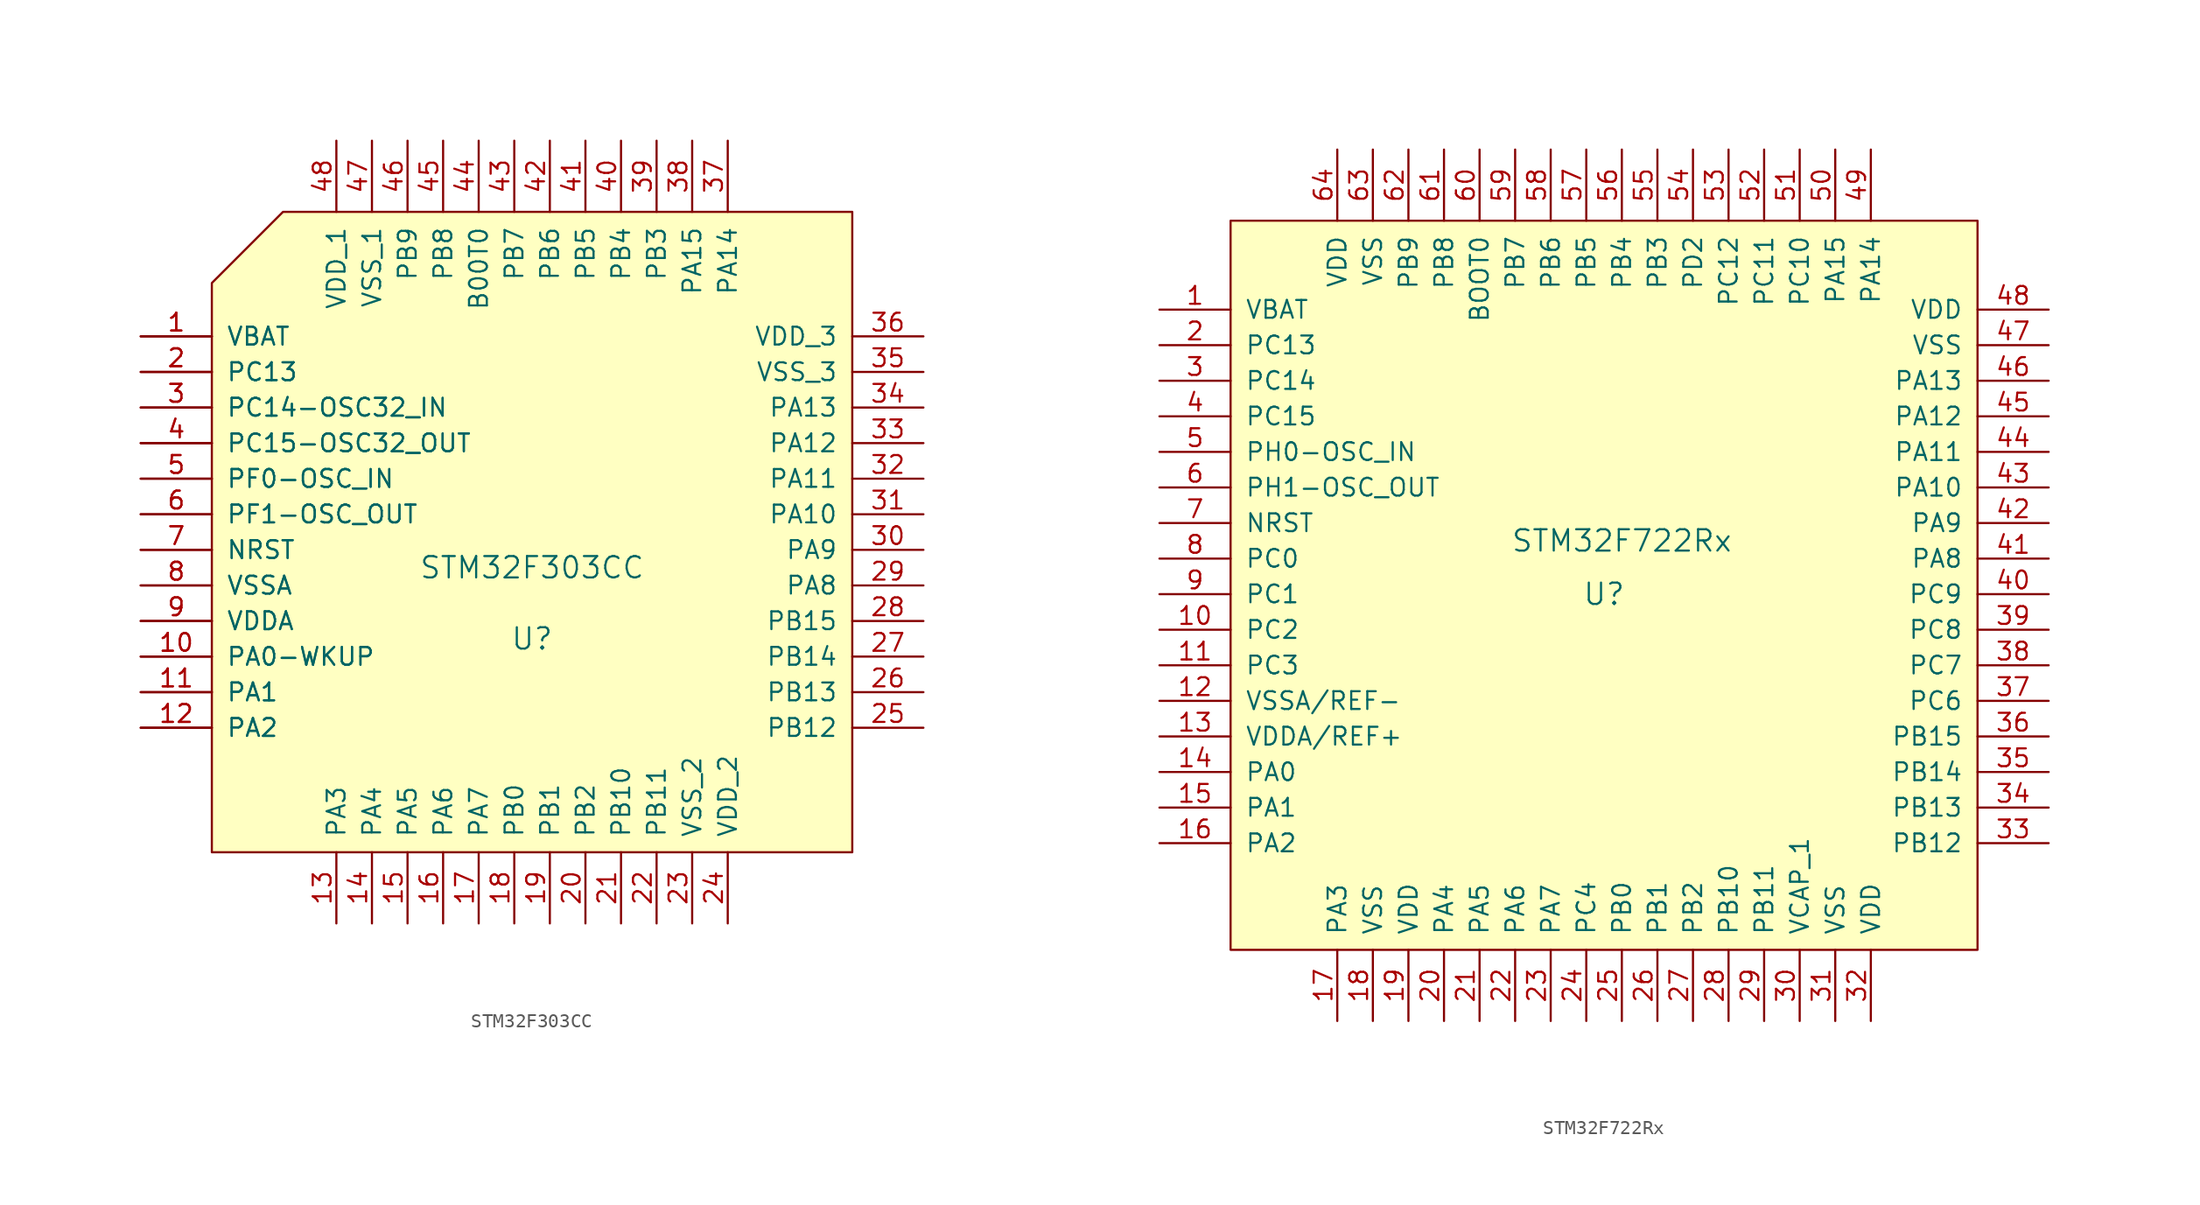
<source format=kicad_sym>
(kicad_symbol_lib
  (version 20211014)
  (generator kicad_symbol_editor)
  (symbol "STM32F303CC"
    (pin_names
      (offset 1.016))
    (property "Reference" "U"
      (at 0 -7.62 0)
      (effects (font (size 1.524 1.524))))
    (property "Value" "STM32F303CC"
      (at 0 -2.54 0)
      (effects (font (size 1.524 1.524))))
    (property "Footprint" ""
      (at 0 0 0)
      (effects (font (size 1.524 1.524))))
    (property "Datasheet" ""
      (at 0 0 0)
      (effects (font (size 1.524 1.524))))
    (symbol "STM32F303CC_0_1"
      (polyline (pts (xy -22.86 17.78) (xy -22.86 -22.86) (xy 22.86 -22.86) (xy 22.86 22.86) (xy -17.78 22.86) (xy -20.32 20.32) (xy -22.86 17.78)) (stroke (width 0) (type default) (color 0 0 0 0)) (fill (type background))))
    (symbol "STM32F303CC_1_1"
      (pin input line (at -27.94 13.97 0) (length 5.08) (name "VBAT" (effects (font (size 1.27 1.27)))) (number "1" (effects (font (size 1.27 1.27)))))
      (pin input line (at -27.94 13.97 0) (length 5.08) (name "VBAT" (effects (font (size 1.27 1.27)))) (number "1" (effects (font (size 1.27 1.27)))))
      (pin input line (at -27.94 -8.89 0) (length 5.08) (name "PA0-WKUP" (effects (font (size 1.27 1.27)))) (number "10" (effects (font (size 1.27 1.27)))))
      (pin input line (at -27.94 -8.89 0) (length 5.08) (name "PA0-WKUP" (effects (font (size 1.27 1.27)))) (number "10" (effects (font (size 1.27 1.27)))))
      (pin input line (at -27.94 -11.43 0) (length 5.08) (name "PA1" (effects (font (size 1.27 1.27)))) (number "11" (effects (font (size 1.27 1.27)))))
      (pin input line (at -27.94 -11.43 0) (length 5.08) (name "PA1" (effects (font (size 1.27 1.27)))) (number "11" (effects (font (size 1.27 1.27)))))
      (pin input line (at -27.94 -13.97 0) (length 5.08) (name "PA2" (effects (font (size 1.27 1.27)))) (number "12" (effects (font (size 1.27 1.27)))))
      (pin input line (at -27.94 -13.97 0) (length 5.08) (name "PA2" (effects (font (size 1.27 1.27)))) (number "12" (effects (font (size 1.27 1.27)))))
      (pin input line (at -13.97 -27.94 90) (length 5.08) (name "PA3" (effects (font (size 1.27 1.27)))) (number "13" (effects (font (size 1.27 1.27)))))
      (pin input line (at -11.43 -27.94 90) (length 5.08) (name "PA4" (effects (font (size 1.27 1.27)))) (number "14" (effects (font (size 1.27 1.27)))))
      (pin input line (at -8.89 -27.94 90) (length 5.08) (name "PA5" (effects (font (size 1.27 1.27)))) (number "15" (effects (font (size 1.27 1.27)))))
      (pin input line (at -6.35 -27.94 90) (length 5.08) (name "PA6" (effects (font (size 1.27 1.27)))) (number "16" (effects (font (size 1.27 1.27)))))
      (pin input line (at -3.81 -27.94 90) (length 5.08) (name "PA7" (effects (font (size 1.27 1.27)))) (number "17" (effects (font (size 1.27 1.27)))))
      (pin input line (at -1.27 -27.94 90) (length 5.08) (name "PB0" (effects (font (size 1.27 1.27)))) (number "18" (effects (font (size 1.27 1.27)))))
      (pin input line (at 1.27 -27.94 90) (length 5.08) (name "PB1" (effects (font (size 1.27 1.27)))) (number "19" (effects (font (size 1.27 1.27)))))
      (pin input line (at -27.94 11.43 0) (length 5.08) (name "PC13" (effects (font (size 1.27 1.27)))) (number "2" (effects (font (size 1.27 1.27)))))
      (pin input line (at -27.94 11.43 0) (length 5.08) (name "PC13" (effects (font (size 1.27 1.27)))) (number "2" (effects (font (size 1.27 1.27)))))
      (pin input line (at 3.81 -27.94 90) (length 5.08) (name "PB2" (effects (font (size 1.27 1.27)))) (number "20" (effects (font (size 1.27 1.27)))))
      (pin input line (at 6.35 -27.94 90) (length 5.08) (name "PB10" (effects (font (size 1.27 1.27)))) (number "21" (effects (font (size 1.27 1.27)))))
      (pin input line (at 8.89 -27.94 90) (length 5.08) (name "PB11" (effects (font (size 1.27 1.27)))) (number "22" (effects (font (size 1.27 1.27)))))
      (pin input line (at 11.43 -27.94 90) (length 5.08) (name "VSS_2" (effects (font (size 1.27 1.27)))) (number "23" (effects (font (size 1.27 1.27)))))
      (pin input line (at 13.97 -27.94 90) (length 5.08) (name "VDD_2" (effects (font (size 1.27 1.27)))) (number "24" (effects (font (size 1.27 1.27)))))
      (pin input line (at 27.94 -13.97 180) (length 5.08) (name "PB12" (effects (font (size 1.27 1.27)))) (number "25" (effects (font (size 1.27 1.27)))))
      (pin input line (at 27.94 -11.43 180) (length 5.08) (name "PB13" (effects (font (size 1.27 1.27)))) (number "26" (effects (font (size 1.27 1.27)))))
      (pin input line (at 27.94 -8.89 180) (length 5.08) (name "PB14" (effects (font (size 1.27 1.27)))) (number "27" (effects (font (size 1.27 1.27)))))
      (pin input line (at 27.94 -6.35 180) (length 5.08) (name "PB15" (effects (font (size 1.27 1.27)))) (number "28" (effects (font (size 1.27 1.27)))))
      (pin input line (at 27.94 -3.81 180) (length 5.08) (name "PA8" (effects (font (size 1.27 1.27)))) (number "29" (effects (font (size 1.27 1.27)))))
      (pin input line (at -27.94 8.89 0) (length 5.08) (name "PC14-OSC32_IN" (effects (font (size 1.27 1.27)))) (number "3" (effects (font (size 1.27 1.27)))))
      (pin input line (at -27.94 8.89 0) (length 5.08) (name "PC14-OSC32_IN" (effects (font (size 1.27 1.27)))) (number "3" (effects (font (size 1.27 1.27)))))
      (pin input line (at 27.94 -1.27 180) (length 5.08) (name "PA9" (effects (font (size 1.27 1.27)))) (number "30" (effects (font (size 1.27 1.27)))))
      (pin input line (at 27.94 1.27 180) (length 5.08) (name "PA10" (effects (font (size 1.27 1.27)))) (number "31" (effects (font (size 1.27 1.27)))))
      (pin input line (at 27.94 3.81 180) (length 5.08) (name "PA11" (effects (font (size 1.27 1.27)))) (number "32" (effects (font (size 1.27 1.27)))))
      (pin input line (at 27.94 6.35 180) (length 5.08) (name "PA12" (effects (font (size 1.27 1.27)))) (number "33" (effects (font (size 1.27 1.27)))))
      (pin input line (at 27.94 8.89 180) (length 5.08) (name "PA13" (effects (font (size 1.27 1.27)))) (number "34" (effects (font (size 1.27 1.27)))))
      (pin input line (at 27.94 11.43 180) (length 5.08) (name "VSS_3" (effects (font (size 1.27 1.27)))) (number "35" (effects (font (size 1.27 1.27)))))
      (pin input line (at 27.94 13.97 180) (length 5.08) (name "VDD_3" (effects (font (size 1.27 1.27)))) (number "36" (effects (font (size 1.27 1.27)))))
      (pin input line (at 13.97 27.94 270) (length 5.08) (name "PA14" (effects (font (size 1.27 1.27)))) (number "37" (effects (font (size 1.27 1.27)))))
      (pin input line (at 11.43 27.94 270) (length 5.08) (name "PA15" (effects (font (size 1.27 1.27)))) (number "38" (effects (font (size 1.27 1.27)))))
      (pin input line (at 8.89 27.94 270) (length 5.08) (name "PB3" (effects (font (size 1.27 1.27)))) (number "39" (effects (font (size 1.27 1.27)))))
      (pin input line (at -27.94 6.35 0) (length 5.08) (name "PC15-OSC32_OUT" (effects (font (size 1.27 1.27)))) (number "4" (effects (font (size 1.27 1.27)))))
      (pin input line (at -27.94 6.35 0) (length 5.08) (name "PC15-OSC32_OUT" (effects (font (size 1.27 1.27)))) (number "4" (effects (font (size 1.27 1.27)))))
      (pin input line (at 6.35 27.94 270) (length 5.08) (name "PB4" (effects (font (size 1.27 1.27)))) (number "40" (effects (font (size 1.27 1.27)))))
      (pin input line (at 3.81 27.94 270) (length 5.08) (name "PB5" (effects (font (size 1.27 1.27)))) (number "41" (effects (font (size 1.27 1.27)))))
      (pin input line (at 1.27 27.94 270) (length 5.08) (name "PB6" (effects (font (size 1.27 1.27)))) (number "42" (effects (font (size 1.27 1.27)))))
      (pin input line (at -1.27 27.94 270) (length 5.08) (name "PB7" (effects (font (size 1.27 1.27)))) (number "43" (effects (font (size 1.27 1.27)))))
      (pin input line (at -3.81 27.94 270) (length 5.08) (name "B00T0" (effects (font (size 1.27 1.27)))) (number "44" (effects (font (size 1.27 1.27)))))
      (pin input line (at -6.35 27.94 270) (length 5.08) (name "PB8" (effects (font (size 1.27 1.27)))) (number "45" (effects (font (size 1.27 1.27)))))
      (pin input line (at -8.89 27.94 270) (length 5.08) (name "PB9" (effects (font (size 1.27 1.27)))) (number "46" (effects (font (size 1.27 1.27)))))
      (pin input line (at -11.43 27.94 270) (length 5.08) (name "VSS_1" (effects (font (size 1.27 1.27)))) (number "47" (effects (font (size 1.27 1.27)))))
      (pin input line (at -13.97 27.94 270) (length 5.08) (name "VDD_1" (effects (font (size 1.27 1.27)))) (number "48" (effects (font (size 1.27 1.27)))))
      (pin input line (at -27.94 3.81 0) (length 5.08) (name "PF0-OSC_IN" (effects (font (size 1.27 1.27)))) (number "5" (effects (font (size 1.27 1.27)))))
      (pin input line (at -27.94 3.81 0) (length 5.08) (name "PF0-OSC_IN" (effects (font (size 1.27 1.27)))) (number "5" (effects (font (size 1.27 1.27)))))
      (pin input line (at -27.94 1.27 0) (length 5.08) (name "PF1-OSC_OUT" (effects (font (size 1.27 1.27)))) (number "6" (effects (font (size 1.27 1.27)))))
      (pin input line (at -27.94 1.27 0) (length 5.08) (name "PF1-OSC_OUT" (effects (font (size 1.27 1.27)))) (number "6" (effects (font (size 1.27 1.27)))))
      (pin input line (at -27.94 -1.27 0) (length 5.08) (name "NRST" (effects (font (size 1.27 1.27)))) (number "7" (effects (font (size 1.27 1.27)))))
      (pin input line (at -27.94 -1.27 0) (length 5.08) (name "NRST" (effects (font (size 1.27 1.27)))) (number "7" (effects (font (size 1.27 1.27)))))
      (pin input line (at -27.94 -3.81 0) (length 5.08) (name "VSSA" (effects (font (size 1.27 1.27)))) (number "8" (effects (font (size 1.27 1.27)))))
      (pin input line (at -27.94 -3.81 0) (length 5.08) (name "VSSA" (effects (font (size 1.27 1.27)))) (number "8" (effects (font (size 1.27 1.27)))))
      (pin input line (at -27.94 -6.35 0) (length 5.08) (name "VDDA" (effects (font (size 1.27 1.27)))) (number "9" (effects (font (size 1.27 1.27)))))
      (pin input line (at -27.94 -6.35 0) (length 5.08) (name "VDDA" (effects (font (size 1.27 1.27)))) (number "9" (effects (font (size 1.27 1.27)))))))
  (symbol "STM32F722Rx"
    (pin_names
      (offset 1.016))
    (property "Reference" "U"
      (at 0 -1.27 0)
      (effects (font (size 1.524 1.524))))
    (property "Value" "STM32F722Rx"
      (at 1.27 2.54 0)
      (effects (font (size 1.524 1.524))))
    (property "Footprint" ""
      (at 0 0 0)
      (effects (font (size 1.524 1.524))))
    (property "Datasheet" ""
      (at 0 0 0)
      (effects (font (size 1.524 1.524))))
    (symbol "STM32F722Rx_0_1"
      (rectangle (start -26.67 25.4) (end 26.67 -26.67) (stroke (width 0) (type default) (color 0 0 0 0)) (fill (type background))))
    (symbol "STM32F722Rx_1_1"
      (pin power_in line (at -31.75 19.05 0) (length 5.08) (name "VBAT" (effects (font (size 1.27 1.27)))) (number "1" (effects (font (size 1.27 1.27)))))
      (pin bidirectional line (at -31.75 -3.81 0) (length 5.08) (name "PC2" (effects (font (size 1.27 1.27)))) (number "10" (effects (font (size 1.27 1.27)))))
      (pin bidirectional line (at -31.75 -6.35 0) (length 5.08) (name "PC3" (effects (font (size 1.27 1.27)))) (number "11" (effects (font (size 1.27 1.27)))))
      (pin power_in line (at -31.75 -8.89 0) (length 5.08) (name "VSSA/REF-" (effects (font (size 1.27 1.27)))) (number "12" (effects (font (size 1.27 1.27)))))
      (pin power_in line (at -31.75 -11.43 0) (length 5.08) (name "VDDA/REF+" (effects (font (size 1.27 1.27)))) (number "13" (effects (font (size 1.27 1.27)))))
      (pin bidirectional line (at -31.75 -13.97 0) (length 5.08) (name "PA0" (effects (font (size 1.27 1.27)))) (number "14" (effects (font (size 1.27 1.27)))))
      (pin bidirectional line (at -31.75 -16.51 0) (length 5.08) (name "PA1" (effects (font (size 1.27 1.27)))) (number "15" (effects (font (size 1.27 1.27)))))
      (pin bidirectional line (at -31.75 -19.05 0) (length 5.08) (name "PA2" (effects (font (size 1.27 1.27)))) (number "16" (effects (font (size 1.27 1.27)))))
      (pin bidirectional line (at -19.05 -31.75 90) (length 5.08) (name "PA3" (effects (font (size 1.27 1.27)))) (number "17" (effects (font (size 1.27 1.27)))))
      (pin power_in line (at -16.51 -31.75 90) (length 5.08) (name "VSS" (effects (font (size 1.27 1.27)))) (number "18" (effects (font (size 1.27 1.27)))))
      (pin power_in line (at -13.97 -31.75 90) (length 5.08) (name "VDD" (effects (font (size 1.27 1.27)))) (number "19" (effects (font (size 1.27 1.27)))))
      (pin bidirectional line (at -31.75 16.51 0) (length 5.08) (name "PC13" (effects (font (size 1.27 1.27)))) (number "2" (effects (font (size 1.27 1.27)))))
      (pin bidirectional line (at -11.43 -31.75 90) (length 5.08) (name "PA4" (effects (font (size 1.27 1.27)))) (number "20" (effects (font (size 1.27 1.27)))))
      (pin bidirectional line (at -8.89 -31.75 90) (length 5.08) (name "PA5" (effects (font (size 1.27 1.27)))) (number "21" (effects (font (size 1.27 1.27)))))
      (pin bidirectional line (at -6.35 -31.75 90) (length 5.08) (name "PA6" (effects (font (size 1.27 1.27)))) (number "22" (effects (font (size 1.27 1.27)))))
      (pin bidirectional line (at -3.81 -31.75 90) (length 5.08) (name "PA7" (effects (font (size 1.27 1.27)))) (number "23" (effects (font (size 1.27 1.27)))))
      (pin bidirectional line (at -1.27 -31.75 90) (length 5.08) (name "PC4" (effects (font (size 1.27 1.27)))) (number "24" (effects (font (size 1.27 1.27)))))
      (pin bidirectional line (at 1.27 -31.75 90) (length 5.08) (name "PB0" (effects (font (size 1.27 1.27)))) (number "25" (effects (font (size 1.27 1.27)))))
      (pin bidirectional line (at 3.81 -31.75 90) (length 5.08) (name "PB1" (effects (font (size 1.27 1.27)))) (number "26" (effects (font (size 1.27 1.27)))))
      (pin bidirectional line (at 6.35 -31.75 90) (length 5.08) (name "PB2" (effects (font (size 1.27 1.27)))) (number "27" (effects (font (size 1.27 1.27)))))
      (pin bidirectional line (at 8.89 -31.75 90) (length 5.08) (name "PB10" (effects (font (size 1.27 1.27)))) (number "28" (effects (font (size 1.27 1.27)))))
      (pin bidirectional line (at 11.43 -31.75 90) (length 5.08) (name "PB11" (effects (font (size 1.27 1.27)))) (number "29" (effects (font (size 1.27 1.27)))))
      (pin bidirectional line (at -31.75 13.97 0) (length 5.08) (name "PC14" (effects (font (size 1.27 1.27)))) (number "3" (effects (font (size 1.27 1.27)))))
      (pin passive line (at 13.97 -31.75 90) (length 5.08) (name "VCAP_1" (effects (font (size 1.27 1.27)))) (number "30" (effects (font (size 1.27 1.27)))))
      (pin power_in line (at 16.51 -31.75 90) (length 5.08) (name "VSS" (effects (font (size 1.27 1.27)))) (number "31" (effects (font (size 1.27 1.27)))))
      (pin power_in line (at 19.05 -31.75 90) (length 5.08) (name "VDD" (effects (font (size 1.27 1.27)))) (number "32" (effects (font (size 1.27 1.27)))))
      (pin bidirectional line (at 31.75 -19.05 180) (length 5.08) (name "PB12" (effects (font (size 1.27 1.27)))) (number "33" (effects (font (size 1.27 1.27)))))
      (pin bidirectional line (at 31.75 -16.51 180) (length 5.08) (name "PB13" (effects (font (size 1.27 1.27)))) (number "34" (effects (font (size 1.27 1.27)))))
      (pin bidirectional line (at 31.75 -13.97 180) (length 5.08) (name "PB14" (effects (font (size 1.27 1.27)))) (number "35" (effects (font (size 1.27 1.27)))))
      (pin bidirectional line (at 31.75 -11.43 180) (length 5.08) (name "PB15" (effects (font (size 1.27 1.27)))) (number "36" (effects (font (size 1.27 1.27)))))
      (pin bidirectional line (at 31.75 -8.89 180) (length 5.08) (name "PC6" (effects (font (size 1.27 1.27)))) (number "37" (effects (font (size 1.27 1.27)))))
      (pin bidirectional line (at 31.75 -6.35 180) (length 5.08) (name "PC7" (effects (font (size 1.27 1.27)))) (number "38" (effects (font (size 1.27 1.27)))))
      (pin bidirectional line (at 31.75 -3.81 180) (length 5.08) (name "PC8" (effects (font (size 1.27 1.27)))) (number "39" (effects (font (size 1.27 1.27)))))
      (pin bidirectional line (at -31.75 11.43 0) (length 5.08) (name "PC15" (effects (font (size 1.27 1.27)))) (number "4" (effects (font (size 1.27 1.27)))))
      (pin bidirectional line (at 31.75 -1.27 180) (length 5.08) (name "PC9" (effects (font (size 1.27 1.27)))) (number "40" (effects (font (size 1.27 1.27)))))
      (pin bidirectional line (at 31.75 1.27 180) (length 5.08) (name "PA8" (effects (font (size 1.27 1.27)))) (number "41" (effects (font (size 1.27 1.27)))))
      (pin bidirectional line (at 31.75 3.81 180) (length 5.08) (name "PA9" (effects (font (size 1.27 1.27)))) (number "42" (effects (font (size 1.27 1.27)))))
      (pin bidirectional line (at 31.75 6.35 180) (length 5.08) (name "PA10" (effects (font (size 1.27 1.27)))) (number "43" (effects (font (size 1.27 1.27)))))
      (pin bidirectional line (at 31.75 8.89 180) (length 5.08) (name "PA11" (effects (font (size 1.27 1.27)))) (number "44" (effects (font (size 1.27 1.27)))))
      (pin bidirectional line (at 31.75 11.43 180) (length 5.08) (name "PA12" (effects (font (size 1.27 1.27)))) (number "45" (effects (font (size 1.27 1.27)))))
      (pin bidirectional line (at 31.75 13.97 180) (length 5.08) (name "PA13" (effects (font (size 1.27 1.27)))) (number "46" (effects (font (size 1.27 1.27)))))
      (pin power_in line (at 31.75 16.51 180) (length 5.08) (name "VSS" (effects (font (size 1.27 1.27)))) (number "47" (effects (font (size 1.27 1.27)))))
      (pin power_in line (at 31.75 19.05 180) (length 5.08) (name "VDD" (effects (font (size 1.27 1.27)))) (number "48" (effects (font (size 1.27 1.27)))))
      (pin bidirectional line (at 19.05 30.48 270) (length 5.08) (name "PA14" (effects (font (size 1.27 1.27)))) (number "49" (effects (font (size 1.27 1.27)))))
      (pin bidirectional line (at -31.75 8.89 0) (length 5.08) (name "PH0-OSC_IN" (effects (font (size 1.27 1.27)))) (number "5" (effects (font (size 1.27 1.27)))))
      (pin bidirectional line (at 16.51 30.48 270) (length 5.08) (name "PA15" (effects (font (size 1.27 1.27)))) (number "50" (effects (font (size 1.27 1.27)))))
      (pin bidirectional line (at 13.97 30.48 270) (length 5.08) (name "PC10" (effects (font (size 1.27 1.27)))) (number "51" (effects (font (size 1.27 1.27)))))
      (pin bidirectional line (at 11.43 30.48 270) (length 5.08) (name "PC11" (effects (font (size 1.27 1.27)))) (number "52" (effects (font (size 1.27 1.27)))))
      (pin bidirectional line (at 8.89 30.48 270) (length 5.08) (name "PC12" (effects (font (size 1.27 1.27)))) (number "53" (effects (font (size 1.27 1.27)))))
      (pin bidirectional line (at 6.35 30.48 270) (length 5.08) (name "PD2" (effects (font (size 1.27 1.27)))) (number "54" (effects (font (size 1.27 1.27)))))
      (pin bidirectional line (at 3.81 30.48 270) (length 5.08) (name "PB3" (effects (font (size 1.27 1.27)))) (number "55" (effects (font (size 1.27 1.27)))))
      (pin bidirectional line (at 1.27 30.48 270) (length 5.08) (name "PB4" (effects (font (size 1.27 1.27)))) (number "56" (effects (font (size 1.27 1.27)))))
      (pin bidirectional line (at -1.27 30.48 270) (length 5.08) (name "PB5" (effects (font (size 1.27 1.27)))) (number "57" (effects (font (size 1.27 1.27)))))
      (pin bidirectional line (at -3.81 30.48 270) (length 5.08) (name "PB6" (effects (font (size 1.27 1.27)))) (number "58" (effects (font (size 1.27 1.27)))))
      (pin bidirectional line (at -6.35 30.48 270) (length 5.08) (name "PB7" (effects (font (size 1.27 1.27)))) (number "59" (effects (font (size 1.27 1.27)))))
      (pin bidirectional line (at -31.75 6.35 0) (length 5.08) (name "PH1-OSC_OUT" (effects (font (size 1.27 1.27)))) (number "6" (effects (font (size 1.27 1.27)))))
      (pin input line (at -8.89 30.48 270) (length 5.08) (name "BOOT0" (effects (font (size 1.27 1.27)))) (number "60" (effects (font (size 1.27 1.27)))))
      (pin bidirectional line (at -11.43 30.48 270) (length 5.08) (name "PB8" (effects (font (size 1.27 1.27)))) (number "61" (effects (font (size 1.27 1.27)))))
      (pin bidirectional line (at -13.97 30.48 270) (length 5.08) (name "PB9" (effects (font (size 1.27 1.27)))) (number "62" (effects (font (size 1.27 1.27)))))
      (pin power_in line (at -16.51 30.48 270) (length 5.08) (name "VSS" (effects (font (size 1.27 1.27)))) (number "63" (effects (font (size 1.27 1.27)))))
      (pin power_in line (at -19.05 30.48 270) (length 5.08) (name "VDD" (effects (font (size 1.27 1.27)))) (number "64" (effects (font (size 1.27 1.27)))))
      (pin input line (at -31.75 3.81 0) (length 5.08) (name "NRST" (effects (font (size 1.27 1.27)))) (number "7" (effects (font (size 1.27 1.27)))))
      (pin bidirectional line (at -31.75 1.27 0) (length 5.08) (name "PC0" (effects (font (size 1.27 1.27)))) (number "8" (effects (font (size 1.27 1.27)))))
      (pin bidirectional line (at -31.75 -1.27 0) (length 5.08) (name "PC1" (effects (font (size 1.27 1.27)))) (number "9" (effects (font (size 1.27 1.27))))))))
</source>
